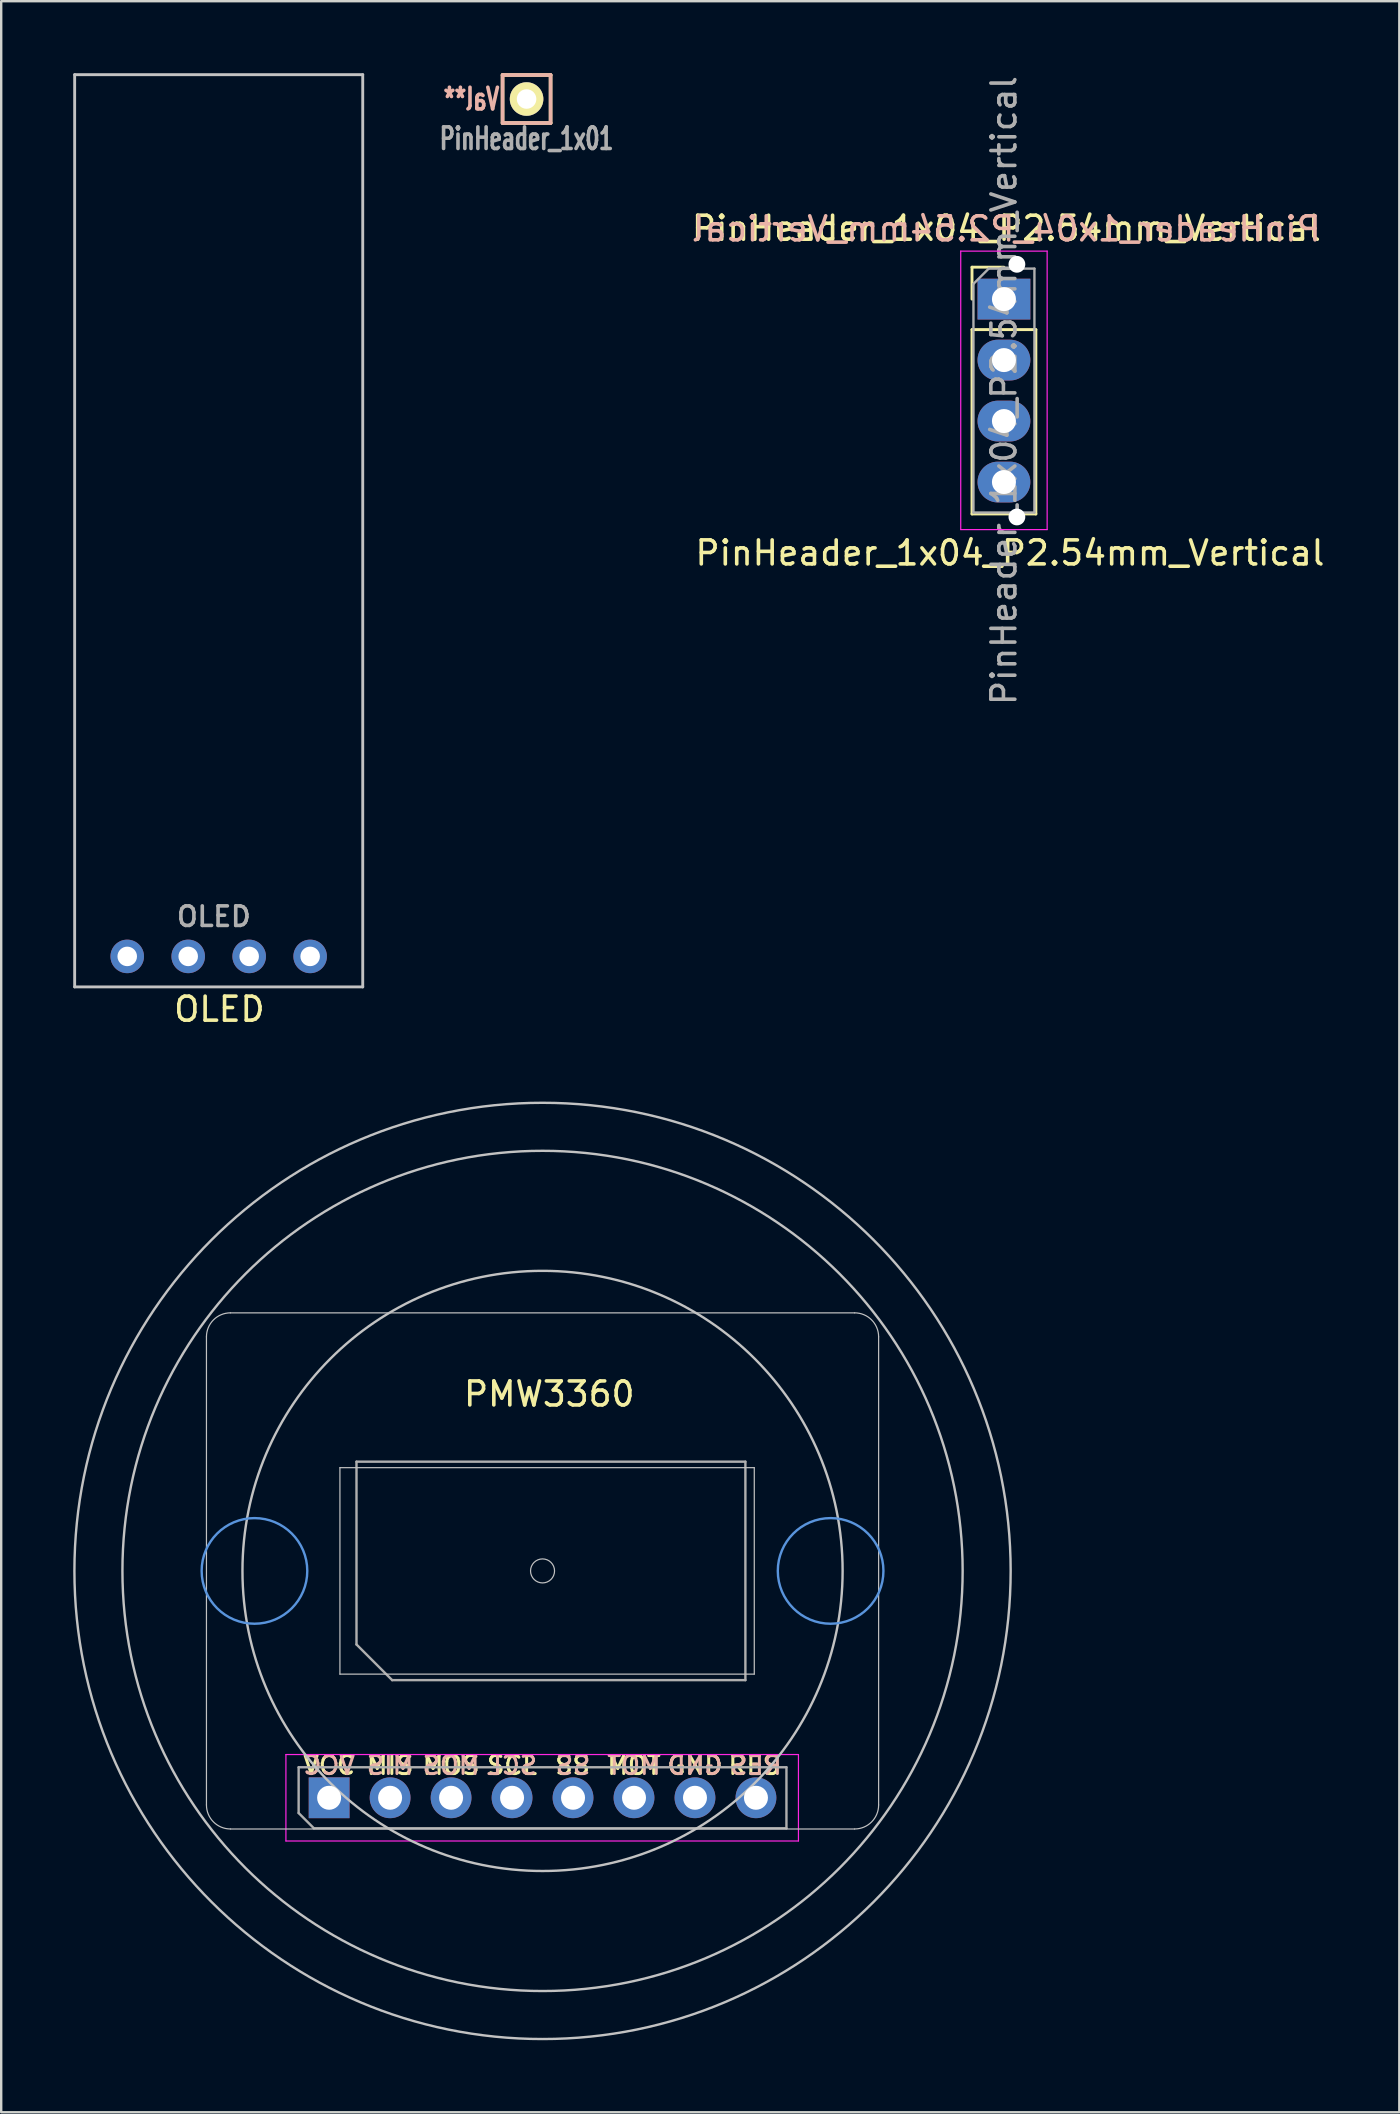
<source format=kicad_pcb>
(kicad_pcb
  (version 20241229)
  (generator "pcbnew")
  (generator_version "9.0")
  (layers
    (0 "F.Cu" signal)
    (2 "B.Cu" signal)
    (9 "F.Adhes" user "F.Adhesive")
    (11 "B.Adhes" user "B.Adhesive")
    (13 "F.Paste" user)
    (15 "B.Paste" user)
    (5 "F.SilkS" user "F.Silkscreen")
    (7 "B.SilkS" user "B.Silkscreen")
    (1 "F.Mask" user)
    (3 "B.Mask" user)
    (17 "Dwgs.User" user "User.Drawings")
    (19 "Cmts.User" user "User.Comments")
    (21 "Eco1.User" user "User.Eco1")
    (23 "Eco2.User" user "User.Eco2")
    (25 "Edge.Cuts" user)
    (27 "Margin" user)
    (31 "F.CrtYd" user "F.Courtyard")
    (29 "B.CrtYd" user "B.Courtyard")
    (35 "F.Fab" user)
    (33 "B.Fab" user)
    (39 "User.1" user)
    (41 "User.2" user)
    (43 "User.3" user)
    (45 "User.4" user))
  (footprint "PinHeader_1x04_P2.54mm_Vertical"
    (layer "F.Cu")
    (at 38.77 9.41)
    (property "Reference" "PinHeader_1x04_P2.54mm_Vertical" (at 0.25 10.575 0) (layer "F.SilkS") (effects (font (size 1 1) (thickness 0.15))))
    (property "Value" "PinHeader_1x04_P2.54mm_Vertical" (at 0 9.95 0) (layer "F.Fab") (hide yes) (effects (font (size 1 1) (thickness 0.15))))
    (attr through_hole)
    (fp_line (start -1.33 -1.33) (end 0 -1.33) (stroke (width 0.12) (type solid)) (layer "F.SilkS"))
    (fp_line (start -1.33 0) (end -1.33 -1.33) (stroke (width 0.12) (type solid)) (layer "F.SilkS"))
    (fp_line (start -1.33 1.27) (end -1.33 8.95) (stroke (width 0.12) (type solid)) (layer "F.SilkS"))
    (fp_line (start -1.33 1.27) (end 1.33 1.27) (stroke (width 0.12) (type solid)) (layer "F.SilkS"))
    (fp_line (start -1.33 8.95) (end 1.33 8.95) (stroke (width 0.12) (type solid)) (layer "F.SilkS"))
    (fp_line (start 1.33 1.27) (end 1.33 8.95) (stroke (width 0.12) (type solid)) (layer "F.SilkS"))
    (fp_line (start -1.8 -2) (end -1.8 9.6) (stroke (width 0.05) (type solid)) (layer "F.CrtYd"))
    (fp_line (start -1.8 9.6) (end 1.8 9.6) (stroke (width 0.05) (type solid)) (layer "F.CrtYd"))
    (fp_line (start 1.8 -2) (end -1.8 -2) (stroke (width 0.05) (type solid)) (layer "F.CrtYd"))
    (fp_line (start 1.8 9.6) (end 1.8 -2) (stroke (width 0.05) (type solid)) (layer "F.CrtYd"))
    (fp_line (start -1.27 -0.635) (end -0.635 -1.27) (stroke (width 0.1) (type solid)) (layer "F.Fab"))
    (fp_line (start -1.27 8.89) (end -1.27 -0.635) (stroke (width 0.1) (type solid)) (layer "F.Fab"))
    (fp_line (start -0.635 -1.27) (end 1.27 -1.27) (stroke (width 0.1) (type solid)) (layer "F.Fab"))
    (fp_line (start 1.27 -1.27) (end 1.27 8.89) (stroke (width 0.1) (type solid)) (layer "F.Fab"))
    (fp_line (start 1.27 8.89) (end -1.27 8.89) (stroke (width 0.1) (type solid)) (layer "F.Fab"))
    (fp_text user "${VALUE}" (at 0.1 -2.95 0) (layer "F.SilkS") (effects (font (size 1 1) (thickness 0.15))))
    (fp_text user "${VALUE}" (at 0.1 -2.925 0) (layer "B.SilkS") (effects (font (size 1 1) (thickness 0.15)) (justify mirror)))
    (fp_text user "${REFERENCE}" (at 0 3.81 90) (layer "F.Fab") (effects (font (size 1 1) (thickness 0.15))))
    (pad "" np_thru_hole circle (at 0.54 -1.45) (size 0.7 0.7) (drill 0.7) (layers "*.Cu" "*.Mask"))
    (pad "" np_thru_hole circle (at 0.54 9.075) (size 0.7 0.7) (drill 0.7) (layers "*.Cu" "*.Mask"))
    (pad "1" thru_hole rect (at 0 0) (size 2.2 1.7) (drill 1) (layers "*.Cu" "*.Mask"))
    (pad "2" thru_hole oval (at 0 2.54) (size 2.2 1.7) (drill 1) (layers "*.Cu" "*.Mask"))
    (pad "3" thru_hole oval (at 0 5.08) (size 2.2 1.7) (drill 1) (layers "*.Cu" "*.Mask"))
    (pad "4" thru_hole oval (at 0 7.62) (size 2.2 1.7) (drill 1) (layers "*.Cu" "*.Mask")))
  (footprint "OLED"
    (layer "F.Cu")
    (at 6.06 36.79)
    (property "Reference" "OLED" (at -0.2 -1.66 0) (layer "F.Fab") (effects (font (size 0.813 0.813) (thickness 0.15))))
    (attr through_hole)
    (fp_line (start -6 -36.73) (end 6 -36.73) (stroke (width 0.12) (type solid)) (layer "Dwgs.User"))
    (fp_line (start -6 1.27) (end -6 -36.73) (stroke (width 0.12) (type solid)) (layer "Dwgs.User"))
    (fp_line (start -6 1.27) (end 6 1.27) (stroke (width 0.12) (type solid)) (layer "Dwgs.User"))
    (fp_line (start 6 -36.73) (end 6 1.27) (stroke (width 0.12) (type solid)) (layer "Dwgs.User"))
    (fp_text user "OLED" (at 0.03 2.2 180) (layer "F.SilkS") (effects (font (size 1 1) (thickness 0.15))))
    (pad "1" thru_hole circle (at -3.81 0) (size 1.397 1.397) (drill 0.813) (layers "*.Cu" "*.Mask"))
    (pad "2" thru_hole circle (at -1.27 0) (size 1.397 1.397) (drill 0.813) (layers "*.Cu" "*.Mask"))
    (pad "3" thru_hole circle (at 1.27 0) (size 1.397 1.397) (drill 0.813) (layers "*.Cu" "*.Mask"))
    (pad "4" thru_hole circle (at 3.81 0) (size 1.397 1.397) (drill 0.813) (layers "*.Cu" "*.Mask")))
  (footprint "PMW3360"
    (layer "F.Cu")
    (at 19.55 62.388)
    (property "Reference" "PMW3360" (at 0.28 -7.37 0) (unlocked yes) (layer "F.SilkS") (effects (font (size 1 1) (thickness 0.15))))
    (attr through_hole)
    (fp_line (start -14 -9.75) (end -14 9.75) (stroke (width 0.05) (type solid)) (layer "Dwgs.User"))
    (fp_line (start -13 10.75) (end 13 10.75) (stroke (width 0.05) (type solid)) (layer "Dwgs.User"))
    (fp_line (start -8.44 -4.3) (end -8.44 4.3) (stroke (width 0.05) (type solid)) (layer "Dwgs.User"))
    (fp_line (start -8.44 -4.3) (end 8.82 -4.3) (stroke (width 0.05) (type solid)) (layer "Dwgs.User"))
    (fp_line (start -8.44 4.3) (end 8.82 4.3) (stroke (width 0.05) (type solid)) (layer "Dwgs.User"))
    (fp_line (start 8.82 -4.3) (end 8.82 4.3) (stroke (width 0.05) (type solid)) (layer "Dwgs.User"))
    (fp_line (start 13 -10.75) (end -13 -10.75) (stroke (width 0.05) (type solid)) (layer "Dwgs.User"))
    (fp_line (start 14 9.75) (end 14 -9.75) (stroke (width 0.05) (type solid)) (layer "Dwgs.User"))
    (fp_arc (start -14 -9.75) (mid -13.707107 -10.457107) (end -13 -10.75) (stroke (width 0.05) (type solid)) (layer "Dwgs.User"))
    (fp_arc (start -13 10.75) (mid -13.707107 10.457107) (end -14 9.75) (stroke (width 0.05) (type solid)) (layer "Dwgs.User"))
    (fp_arc (start 13 -10.75) (mid 13.707107 -10.457107) (end 14 -9.75) (stroke (width 0.05) (type solid)) (layer "Dwgs.User"))
    (fp_arc (start 14 9.75) (mid 13.707107 10.457107) (end 13 10.75) (stroke (width 0.05) (type solid)) (layer "Dwgs.User"))
    (fp_circle (center 0 0) (end 0.5 0) (stroke (width 0.05) (type solid)) (fill no) (layer "Dwgs.User"))
    (fp_circle (center 0 0) (end 12.5 0) (stroke (width 0.1) (type solid)) (fill no) (layer "Dwgs.User"))
    (fp_circle (center 0 0) (end 17.5 0) (stroke (width 0.1) (type solid)) (fill no) (layer "Dwgs.User"))
    (fp_circle (center 0 0) (end 19.5 0) (stroke (width 0.1) (type solid)) (fill no) (layer "Dwgs.User"))
    (fp_circle (center -12 0.000001) (end -12 -2.2) (stroke (width 0.1) (type solid)) (fill no) (layer "Cmts.User"))
    (fp_circle (center 12 -0.000001) (end 12 -2.2) (stroke (width 0.1) (type solid)) (fill no) (layer "Cmts.User"))
    (fp_line (start -10.69 7.65) (end -10.69 11.25) (stroke (width 0.05) (type solid)) (layer "F.CrtYd"))
    (fp_line (start -10.69 11.25) (end 10.66 11.25) (stroke (width 0.05) (type solid)) (layer "F.CrtYd"))
    (fp_line (start 10.66 7.65) (end -10.69 7.65) (stroke (width 0.05) (type solid)) (layer "F.CrtYd"))
    (fp_line (start 10.66 11.25) (end 10.66 7.65) (stroke (width 0.05) (type solid)) (layer "F.CrtYd"))
    (fp_line (start -10.16 8.18) (end 10.16 8.18) (stroke (width 0.1) (type solid)) (layer "F.Fab"))
    (fp_line (start -10.16 10.085) (end -10.16 8.18) (stroke (width 0.1) (type solid)) (layer "F.Fab"))
    (fp_line (start -9.525 10.72) (end -10.16 10.085) (stroke (width 0.1) (type solid)) (layer "F.Fab"))
    (fp_line (start -7.75 -4.55) (end -7.75 3.064) (stroke (width 0.1) (type solid)) (layer "F.Fab"))
    (fp_line (start -7.75 -4.55) (end 8.45 -4.55) (stroke (width 0.1) (type solid)) (layer "F.Fab"))
    (fp_line (start -7.75 3.064) (end -6.264 4.55) (stroke (width 0.1) (type solid)) (layer "F.Fab"))
    (fp_line (start -6.264 4.55) (end 8.45 4.55) (stroke (width 0.1) (type solid)) (layer "F.Fab"))
    (fp_line (start 8.45 -4.55) (end 8.45 4.55) (stroke (width 0.1) (type solid)) (layer "F.Fab"))
    (fp_line (start 10.16 8.18) (end 10.16 10.72) (stroke (width 0.1) (type solid)) (layer "F.Fab"))
    (fp_line (start 10.16 10.72) (end -9.525 10.72) (stroke (width 0.1) (type solid)) (layer "F.Fab"))
    (fp_text user "GND" (at 6.35 8.1 0) (layer "F.SilkS") (effects (font (size 0.75 0.75) (thickness 0.125))))
    (fp_text user "SS" (at 1.25 8.1 0) (layer "F.SilkS") (effects (font (size 0.75 0.75) (thickness 0.125))))
    (fp_text user "MIS" (at -6.35 8.1 0) (layer "F.SilkS") (effects (font (size 0.75 0.75) (thickness 0.125))))
    (fp_text user "VCC" (at -8.89 8.1 0) (layer "F.SilkS") (effects (font (size 0.75 0.75) (thickness 0.125))))
    (fp_text user "MOS" (at -3.81 8.1 0) (layer "F.SilkS") (effects (font (size 0.75 0.75) (thickness 0.125))))
    (fp_text user "RES" (at 8.82 8.1 180) (layer "F.SilkS") (effects (font (size 0.75 0.75) (thickness 0.125))))
    (fp_text user "SCL" (at -1.27 8.1 0) (layer "F.SilkS") (effects (font (size 0.75 0.75) (thickness 0.125))))
    (fp_text user "MOT" (at 3.81 8.1 0) (layer "F.SilkS") (effects (font (size 0.75 0.75) (thickness 0.125))))
    (fp_text user "VCC" (at -8.89 8.1 0) (layer "B.SilkS") (effects (font (size 0.75 0.75) (thickness 0.125)) (justify mirror)))
    (fp_text user "RES" (at 8.89 8.1 0) (layer "B.SilkS") (effects (font (size 0.75 0.75) (thickness 0.125)) (justify mirror)))
    (fp_text user "MOT" (at 3.81 8.1 0) (layer "B.SilkS") (effects (font (size 0.75 0.75) (thickness 0.125)) (justify mirror)))
    (fp_text user "SCL" (at -1.27 8.1 0) (layer "B.SilkS") (effects (font (size 0.75 0.75) (thickness 0.125)) (justify mirror)))
    (fp_text user "MIS" (at -6.35 8.1 0) (layer "B.SilkS") (effects (font (size 0.75 0.75) (thickness 0.125)) (justify mirror)))
    (fp_text user "SS" (at 1.27 8.1 0) (layer "B.SilkS") (effects (font (size 0.75 0.75) (thickness 0.125)) (justify mirror)))
    (fp_text user "GND" (at 6.35 8.1 0) (layer "B.SilkS") (effects (font (size 0.75 0.75) (thickness 0.125)) (justify mirror)))
    (fp_text user "MOS" (at -3.81 8.1 0) (layer "B.SilkS") (effects (font (size 0.75 0.75) (thickness 0.125)) (justify mirror)))
    (pad "1" thru_hole rect (at -8.89 9.45 90) (size 1.7 1.7) (drill 1) (layers "*.Cu" "*.Mask"))
    (pad "2" thru_hole oval (at -6.35 9.45 90) (size 1.7 1.7) (drill 1) (layers "*.Cu" "*.Mask"))
    (pad "3" thru_hole oval (at -3.81 9.45 90) (size 1.7 1.7) (drill 1) (layers "*.Cu" "*.Mask"))
    (pad "4" thru_hole oval (at -1.27 9.45 90) (size 1.7 1.7) (drill 1) (layers "*.Cu" "*.Mask"))
    (pad "5" thru_hole oval (at 1.27 9.45 90) (size 1.7 1.7) (drill 1) (layers "*.Cu" "*.Mask"))
    (pad "6" thru_hole oval (at 3.81 9.45 90) (size 1.7 1.7) (drill 1) (layers "*.Cu" "*.Mask"))
    (pad "7" thru_hole oval (at 6.35 9.45 90) (size 1.7 1.7) (drill 1) (layers "*.Cu" "*.Mask"))
    (pad "8" thru_hole oval (at 8.89 9.45 90) (size 1.7 1.7) (drill 1) (layers "*.Cu" "*.Mask")))
  (footprint "PinHeader_1x01"
    (layer "F.Cu")
    (at 18.885 1.075)
    (property "Reference" "PinHeader_1x01" (at 0 1.651 0) (layer "F.Fab") (effects (font (size 0.9 0.6) (thickness 0.153))))
    (attr through_hole)
    (fp_line (start -1 -1) (end -1 1) (stroke (width 0.15) (type solid)) (layer "F.SilkS"))
    (fp_line (start -1 1) (end 1 1) (stroke (width 0.15) (type solid)) (layer "F.SilkS"))
    (fp_line (start 1 -1) (end -1 -1) (stroke (width 0.15) (type solid)) (layer "F.SilkS"))
    (fp_line (start 1 1) (end 1 -1) (stroke (width 0.15) (type solid)) (layer "F.SilkS"))
    (fp_line (start -1 -1) (end 1 -1) (stroke (width 0.15) (type solid)) (layer "B.SilkS"))
    (fp_line (start -1 1) (end -1 -1) (stroke (width 0.15) (type solid)) (layer "B.SilkS"))
    (fp_line (start 1 -1) (end 1 1) (stroke (width 0.15) (type solid)) (layer "B.SilkS"))
    (fp_line (start 1 1) (end -1 1) (stroke (width 0.15) (type solid)) (layer "B.SilkS"))
    (fp_text user "Val**" (at -2.3 0 0) (layer "B.SilkS") (effects (font (size 0.9 0.6) (thickness 0.15)) (justify mirror)))
    (pad "1" thru_hole circle (at 0 0) (size 1.397 1.397) (drill 0.813) (layers "*.Cu" "*.Mask" "F.SilkS")))
  (gr_rect
    (start -3 -3)
    (end 55.24 84.938)
    (stroke (width 0.1) (type default))
    (fill no)
    (layer "Edge.Cuts")))
</source>
